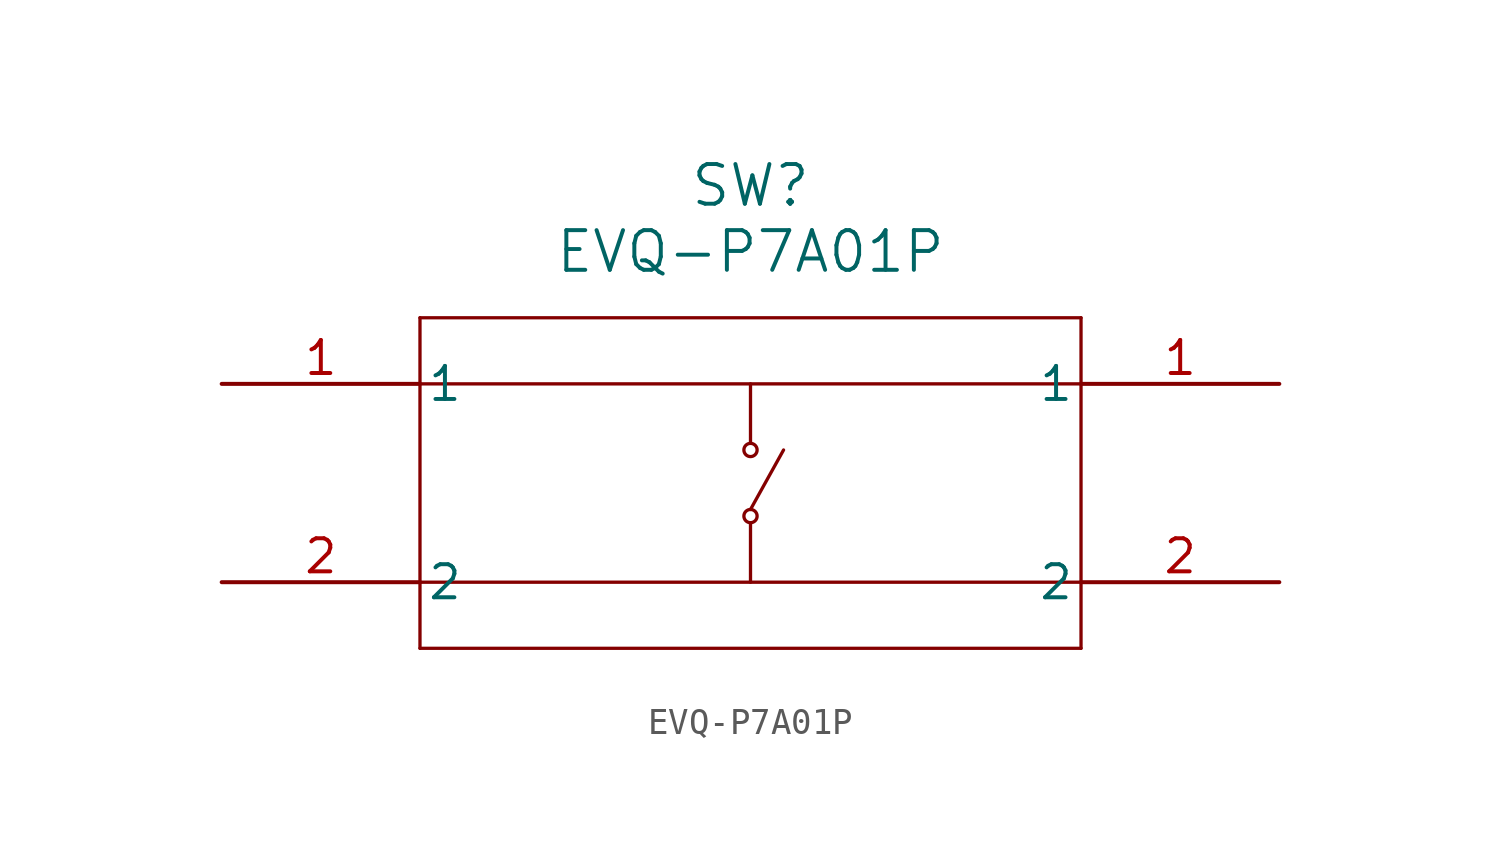
<source format=kicad_sym>
(kicad_symbol_lib
  (version 20241209)
  (generator "kicad_symbol_editor")
  (generator_version "9.0")
  (symbol "EVQ-P7A01P"
    (pin_names
      (offset 0.254))
    (property "Reference" "SW"
      (at 20.32 7.62 0)
      (effects (font (size 1.524 1.524))))
    (property "Value" "EVQ-P7A01P"
      (at 20.32 5.08 0)
      (effects (font (size 1.524 1.524))))
    (property "ki_locked" ""
      (at 0 0 0)
      (effects (font (size 1.27 1.27))))
    (symbol "EVQ-P7A01P_0_1"
      (polyline (pts (xy 7.62 2.54) (xy 7.62 -10.16)) (stroke (width 0.127) (type default)) (fill (type none)))
      (polyline (pts (xy 7.62 0) (xy 33.02 0)) (stroke (width 0.127) (type default)) (fill (type none)))
      (polyline (pts (xy 7.62 -7.62) (xy 33.02 -7.62)) (stroke (width 0.127) (type default)) (fill (type none)))
      (polyline (pts (xy 7.62 -10.16) (xy 33.02 -10.16)) (stroke (width 0.127) (type default)) (fill (type none)))
      (polyline (pts (xy 20.32 0) (xy 20.32 -2.286)) (stroke (width 0.127) (type default)) (fill (type none)))
      (circle (center 20.32 -2.54) (radius 0.254) (stroke (width 0.127) (type default)) (fill (type none)))
      (polyline (pts (xy 20.32 -4.826) (xy 21.59 -2.54)) (stroke (width 0.127) (type default)) (fill (type none)))
      (circle (center 20.32 -5.08) (radius 0.254) (stroke (width 0.127) (type default)) (fill (type none)))
      (polyline (pts (xy 20.32 -7.62) (xy 20.32 -5.334)) (stroke (width 0.127) (type default)) (fill (type none)))
      (polyline (pts (xy 33.02 2.54) (xy 7.62 2.54)) (stroke (width 0.127) (type default)) (fill (type none)))
      (polyline (pts (xy 33.02 -10.16) (xy 33.02 2.54)) (stroke (width 0.127) (type default)) (fill (type none)))
      (pin unspecified line (at 0 0 0) (length 7.62) (name "1" (effects (font (size 1.27 1.27)))) (number "1" (effects (font (size 1.27 1.27)))))
      (pin unspecified line (at 0 -7.62 0) (length 7.62) (name "2" (effects (font (size 1.27 1.27)))) (number "2" (effects (font (size 1.27 1.27))))))
    (symbol "EVQ-P7A01P_1_1"
      (pin unspecified line (at 40.64 0 180) (length 7.62) (name "1" (effects (font (size 1.27 1.27)))) (number "1" (effects (font (size 1.27 1.27)))))
      (pin unspecified line (at 40.64 -7.62 180) (length 7.62) (name "2" (effects (font (size 1.27 1.27)))) (number "2" (effects (font (size 1.27 1.27))))))))
</source>
